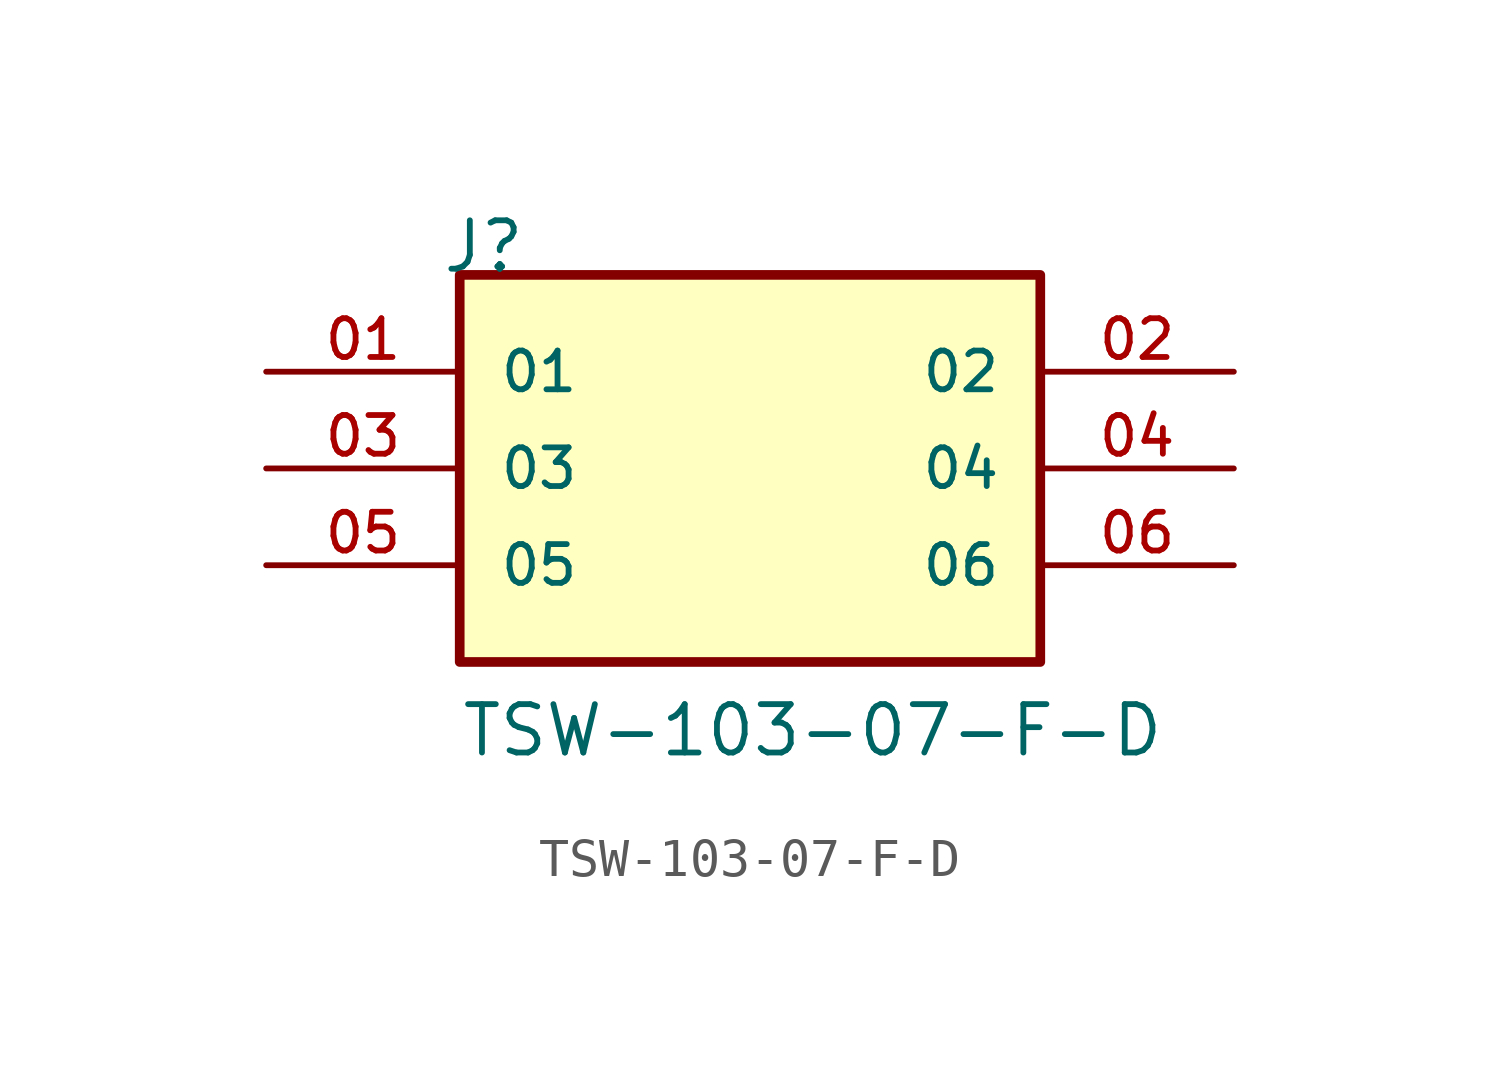
<source format=kicad_sym>
(kicad_symbol_lib
  (version 20211014)
  (generator kicad_symbol_editor)
  (symbol "TSW-103-07-F-D"
    (pin_names
      (offset 1.016))
    (property "Reference" "J"
      (at -8.12 5.08 0)
      (effects (font (size 1.27 1.27)) (justify bottom left)))
    (property "Value" "TSW-103-07-F-D"
      (at -7.62 -7.62 0)
      (effects (font (size 1.27 1.27)) (justify bottom left)))
    (symbol "TSW-103-07-F-D_0_0"
      (rectangle (start -7.62 -5.08) (end 7.62 5.08) (stroke (width 0.254)) (fill (type background)))
      (pin passive line (at -12.7 2.54 0) (length 5.08) (name "01" (effects (font (size 1.016 1.016)))) (number "01" (effects (font (size 1.016 1.016)))))
      (pin passive line (at 12.7 2.54 180.0) (length 5.08) (name "02" (effects (font (size 1.016 1.016)))) (number "02" (effects (font (size 1.016 1.016)))))
      (pin passive line (at -12.7 0.0 0) (length 5.08) (name "03" (effects (font (size 1.016 1.016)))) (number "03" (effects (font (size 1.016 1.016)))))
      (pin passive line (at 12.7 0.0 180.0) (length 5.08) (name "04" (effects (font (size 1.016 1.016)))) (number "04" (effects (font (size 1.016 1.016)))))
      (pin passive line (at -12.7 -2.54 0) (length 5.08) (name "05" (effects (font (size 1.016 1.016)))) (number "05" (effects (font (size 1.016 1.016)))))
      (pin passive line (at 12.7 -2.54 180.0) (length 5.08) (name "06" (effects (font (size 1.016 1.016)))) (number "06" (effects (font (size 1.016 1.016))))))))
</source>
